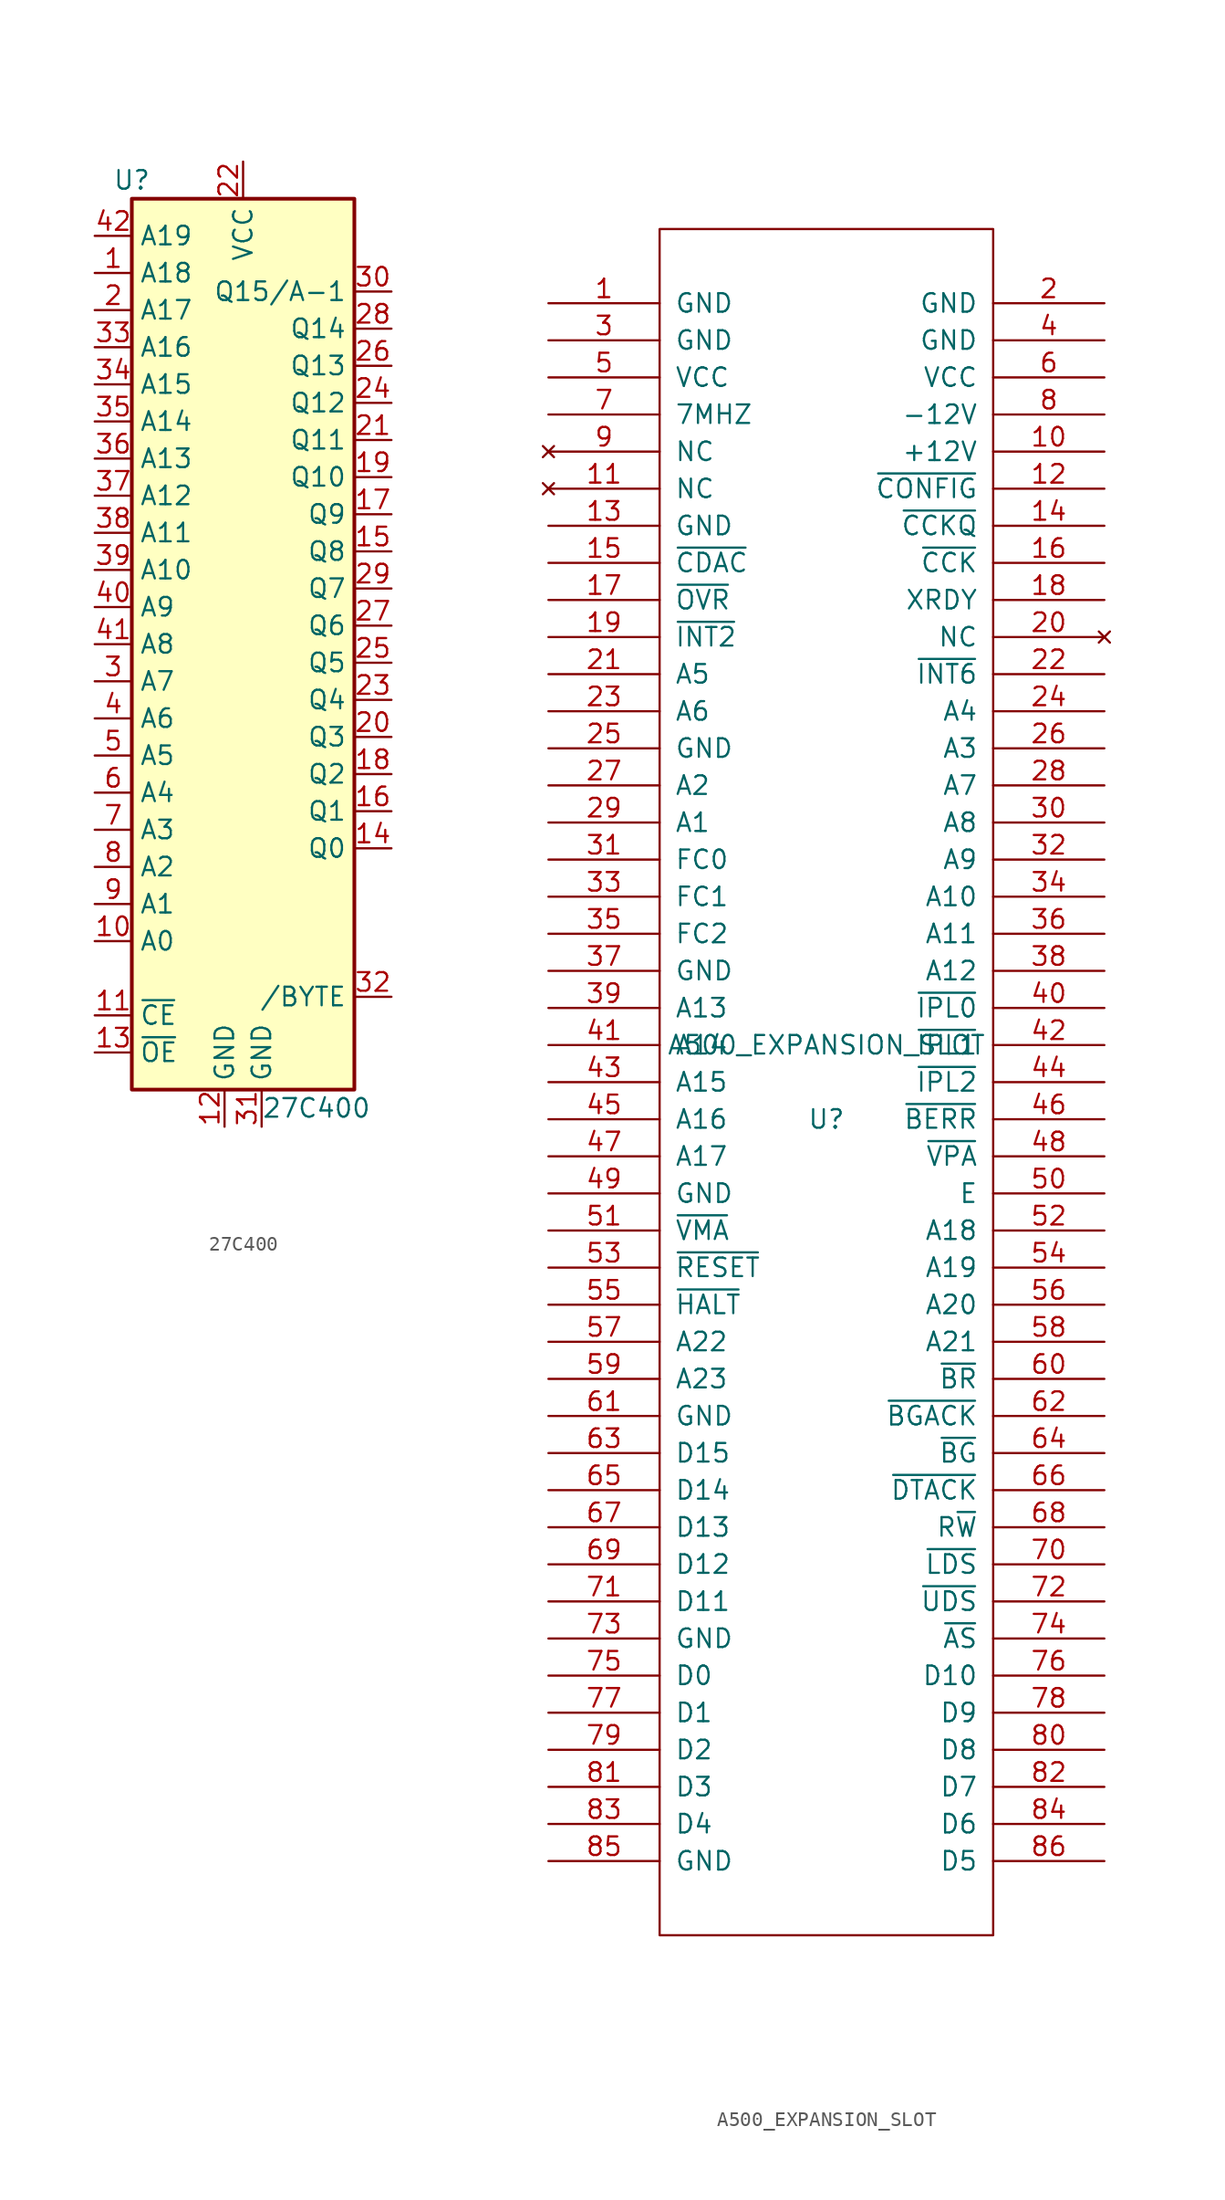
<source format=kicad_sym>
(kicad_symbol_lib
  (version 20241209)
  (generator "kicad_symbol_editor")
  (generator_version "9.0")
  (symbol "27C400"
    (property "Reference" "U"
      (at -7.62 31.75 0)
      (effects (font (size 1.27 1.27))))
    (property "Value" "27C400"
      (at 1.27 -31.75 0)
      (effects (font (size 1.27 1.27)) (justify left)))
    (symbol "27C400_1_1"
      (rectangle (start -7.62 30.48) (end 7.62 -30.48) (stroke (width 0.254) (type default)) (fill (type background)))
      (pin input line (at -10.16 27.94 0) (length 2.54) (name "A19" (effects (font (size 1.27 1.27)))) (number "42" (effects (font (size 1.27 1.27)))))
      (pin input line (at -10.16 25.4 0) (length 2.54) (name "A18" (effects (font (size 1.27 1.27)))) (number "1" (effects (font (size 1.27 1.27)))))
      (pin input line (at -10.16 22.86 0) (length 2.54) (name "A17" (effects (font (size 1.27 1.27)))) (number "2" (effects (font (size 1.27 1.27)))))
      (pin input line (at -10.16 20.32 0) (length 2.54) (name "A16" (effects (font (size 1.27 1.27)))) (number "33" (effects (font (size 1.27 1.27)))))
      (pin input line (at -10.16 17.78 0) (length 2.54) (name "A15" (effects (font (size 1.27 1.27)))) (number "34" (effects (font (size 1.27 1.27)))))
      (pin input line (at -10.16 15.24 0) (length 2.54) (name "A14" (effects (font (size 1.27 1.27)))) (number "35" (effects (font (size 1.27 1.27)))))
      (pin input line (at -10.16 12.7 0) (length 2.54) (name "A13" (effects (font (size 1.27 1.27)))) (number "36" (effects (font (size 1.27 1.27)))))
      (pin input line (at -10.16 10.16 0) (length 2.54) (name "A12" (effects (font (size 1.27 1.27)))) (number "37" (effects (font (size 1.27 1.27)))))
      (pin input line (at -10.16 7.62 0) (length 2.54) (name "A11" (effects (font (size 1.27 1.27)))) (number "38" (effects (font (size 1.27 1.27)))))
      (pin input line (at -10.16 5.08 0) (length 2.54) (name "A10" (effects (font (size 1.27 1.27)))) (number "39" (effects (font (size 1.27 1.27)))))
      (pin input line (at -10.16 2.54 0) (length 2.54) (name "A9" (effects (font (size 1.27 1.27)))) (number "40" (effects (font (size 1.27 1.27)))))
      (pin input line (at -10.16 0 0) (length 2.54) (name "A8" (effects (font (size 1.27 1.27)))) (number "41" (effects (font (size 1.27 1.27)))))
      (pin input line (at -10.16 -2.54 0) (length 2.54) (name "A7" (effects (font (size 1.27 1.27)))) (number "3" (effects (font (size 1.27 1.27)))))
      (pin input line (at -10.16 -5.08 0) (length 2.54) (name "A6" (effects (font (size 1.27 1.27)))) (number "4" (effects (font (size 1.27 1.27)))))
      (pin input line (at -10.16 -7.62 0) (length 2.54) (name "A5" (effects (font (size 1.27 1.27)))) (number "5" (effects (font (size 1.27 1.27)))))
      (pin input line (at -10.16 -10.16 0) (length 2.54) (name "A4" (effects (font (size 1.27 1.27)))) (number "6" (effects (font (size 1.27 1.27)))))
      (pin input line (at -10.16 -12.7 0) (length 2.54) (name "A3" (effects (font (size 1.27 1.27)))) (number "7" (effects (font (size 1.27 1.27)))))
      (pin input line (at -10.16 -15.24 0) (length 2.54) (name "A2" (effects (font (size 1.27 1.27)))) (number "8" (effects (font (size 1.27 1.27)))))
      (pin input line (at -10.16 -17.78 0) (length 2.54) (name "A1" (effects (font (size 1.27 1.27)))) (number "9" (effects (font (size 1.27 1.27)))))
      (pin input line (at -10.16 -20.32 0) (length 2.54) (name "A0" (effects (font (size 1.27 1.27)))) (number "10" (effects (font (size 1.27 1.27)))))
      (pin input line (at -10.16 -25.4 0) (length 2.54) (name "~{CE}" (effects (font (size 1.27 1.27)))) (number "11" (effects (font (size 1.27 1.27)))))
      (pin input line (at -10.16 -27.94 0) (length 2.54) (name "~{OE}" (effects (font (size 1.27 1.27)))) (number "13" (effects (font (size 1.27 1.27)))))
      (pin power_in line (at -1.27 -33.02 90) (length 2.54) (name "GND" (effects (font (size 1.27 1.27)))) (number "12" (effects (font (size 1.27 1.27)))))
      (pin power_in line (at 0 33.02 270) (length 2.54) (name "VCC" (effects (font (size 1.27 1.27)))) (number "22" (effects (font (size 1.27 1.27)))))
      (pin power_in line (at 1.27 -33.02 90) (length 2.54) (name "GND" (effects (font (size 1.27 1.27)))) (number "31" (effects (font (size 1.27 1.27)))))
      (pin input line (at 10.16 24.13 180) (length 2.54) (name "Q15/A-1" (effects (font (size 1.27 1.27)))) (number "30" (effects (font (size 1.27 1.27)))))
      (pin input line (at 10.16 21.59 180) (length 2.54) (name "Q14" (effects (font (size 1.27 1.27)))) (number "28" (effects (font (size 1.27 1.27)))))
      (pin input line (at 10.16 19.05 180) (length 2.54) (name "Q13" (effects (font (size 1.27 1.27)))) (number "26" (effects (font (size 1.27 1.27)))))
      (pin input line (at 10.16 16.51 180) (length 2.54) (name "Q12" (effects (font (size 1.27 1.27)))) (number "24" (effects (font (size 1.27 1.27)))))
      (pin input line (at 10.16 13.97 180) (length 2.54) (name "Q11" (effects (font (size 1.27 1.27)))) (number "21" (effects (font (size 1.27 1.27)))))
      (pin input line (at 10.16 11.43 180) (length 2.54) (name "Q10" (effects (font (size 1.27 1.27)))) (number "19" (effects (font (size 1.27 1.27)))))
      (pin input line (at 10.16 8.89 180) (length 2.54) (name "Q9" (effects (font (size 1.27 1.27)))) (number "17" (effects (font (size 1.27 1.27)))))
      (pin input line (at 10.16 6.35 180) (length 2.54) (name "Q8" (effects (font (size 1.27 1.27)))) (number "15" (effects (font (size 1.27 1.27)))))
      (pin input line (at 10.16 3.81 180) (length 2.54) (name "Q7" (effects (font (size 1.27 1.27)))) (number "29" (effects (font (size 1.27 1.27)))))
      (pin input line (at 10.16 1.27 180) (length 2.54) (name "Q6" (effects (font (size 1.27 1.27)))) (number "27" (effects (font (size 1.27 1.27)))))
      (pin input line (at 10.16 -1.27 180) (length 2.54) (name "Q5" (effects (font (size 1.27 1.27)))) (number "25" (effects (font (size 1.27 1.27)))))
      (pin input line (at 10.16 -3.81 180) (length 2.54) (name "Q4" (effects (font (size 1.27 1.27)))) (number "23" (effects (font (size 1.27 1.27)))))
      (pin input line (at 10.16 -6.35 180) (length 2.54) (name "Q3" (effects (font (size 1.27 1.27)))) (number "20" (effects (font (size 1.27 1.27)))))
      (pin input line (at 10.16 -8.89 180) (length 2.54) (name "Q2" (effects (font (size 1.27 1.27)))) (number "18" (effects (font (size 1.27 1.27)))))
      (pin input line (at 10.16 -11.43 180) (length 2.54) (name "Q1" (effects (font (size 1.27 1.27)))) (number "16" (effects (font (size 1.27 1.27)))))
      (pin input line (at 10.16 -13.97 180) (length 2.54) (name "Q0" (effects (font (size 1.27 1.27)))) (number "14" (effects (font (size 1.27 1.27)))))
      (pin input line (at 10.16 -24.13 180) (length 2.54) (name "/BYTE" (effects (font (size 1.27 1.27)))) (number "32" (effects (font (size 1.27 1.27)))))))
  (symbol "A500_EXPANSION_SLOT"
    (pin_names
      (offset 1.016))
    (property "Reference" "U"
      (at 0 -2.54 0)
      (effects (font (size 1.27 1.27))))
    (property "Value" "A500_EXPANSION_SLOT"
      (at 0 2.54 0)
      (effects (font (size 1.27 1.27))))
    (symbol "A500_EXPANSION_SLOT_1_0"
      (rectangle (start -11.43 -58.42) (end 11.43 58.42) (stroke (width 0) (type solid)) (fill (type none))))
    (symbol "A500_EXPANSION_SLOT_1_1"
      (pin power_in line (at -19.05 53.34 0) (length 7.62) (name "GND" (effects (font (size 1.27 1.27)))) (number "1" (effects (font (size 1.27 1.27)))))
      (pin power_in line (at -19.05 50.8 0) (length 7.62) (name "GND" (effects (font (size 1.27 1.27)))) (number "3" (effects (font (size 1.27 1.27)))))
      (pin power_in line (at -19.05 48.26 0) (length 7.62) (name "VCC" (effects (font (size 1.27 1.27)))) (number "5" (effects (font (size 1.27 1.27)))))
      (pin input line (at -19.05 45.72 0) (length 7.62) (name "7MHZ" (effects (font (size 1.27 1.27)))) (number "7" (effects (font (size 1.27 1.27)))))
      (pin no_connect line (at -19.05 43.18 0) (length 7.62) (name "NC" (effects (font (size 1.27 1.27)))) (number "9" (effects (font (size 1.27 1.27)))))
      (pin no_connect line (at -19.05 40.64 0) (length 7.62) (name "NC" (effects (font (size 1.27 1.27)))) (number "11" (effects (font (size 1.27 1.27)))))
      (pin power_in line (at -19.05 38.1 0) (length 7.62) (name "GND" (effects (font (size 1.27 1.27)))) (number "13" (effects (font (size 1.27 1.27)))))
      (pin input line (at -19.05 35.56 0) (length 7.62) (name "~{CDAC}" (effects (font (size 1.27 1.27)))) (number "15" (effects (font (size 1.27 1.27)))))
      (pin output line (at -19.05 33.02 0) (length 7.62) (name "~{OVR}" (effects (font (size 1.27 1.27)))) (number "17" (effects (font (size 1.27 1.27)))))
      (pin open_collector line (at -19.05 30.48 0) (length 7.62) (name "~{INT2}" (effects (font (size 1.27 1.27)))) (number "19" (effects (font (size 1.27 1.27)))))
      (pin input line (at -19.05 27.94 0) (length 7.62) (name "A5" (effects (font (size 1.27 1.27)))) (number "21" (effects (font (size 1.27 1.27)))))
      (pin input line (at -19.05 25.4 0) (length 7.62) (name "A6" (effects (font (size 1.27 1.27)))) (number "23" (effects (font (size 1.27 1.27)))))
      (pin power_in line (at -19.05 22.86 0) (length 7.62) (name "GND" (effects (font (size 1.27 1.27)))) (number "25" (effects (font (size 1.27 1.27)))))
      (pin input line (at -19.05 20.32 0) (length 7.62) (name "A2" (effects (font (size 1.27 1.27)))) (number "27" (effects (font (size 1.27 1.27)))))
      (pin input line (at -19.05 17.78 0) (length 7.62) (name "A1" (effects (font (size 1.27 1.27)))) (number "29" (effects (font (size 1.27 1.27)))))
      (pin input line (at -19.05 15.24 0) (length 7.62) (name "FC0" (effects (font (size 1.27 1.27)))) (number "31" (effects (font (size 1.27 1.27)))))
      (pin input line (at -19.05 12.7 0) (length 7.62) (name "FC1" (effects (font (size 1.27 1.27)))) (number "33" (effects (font (size 1.27 1.27)))))
      (pin input line (at -19.05 10.16 0) (length 7.62) (name "FC2" (effects (font (size 1.27 1.27)))) (number "35" (effects (font (size 1.27 1.27)))))
      (pin power_in line (at -19.05 7.62 0) (length 7.62) (name "GND" (effects (font (size 1.27 1.27)))) (number "37" (effects (font (size 1.27 1.27)))))
      (pin input line (at -19.05 5.08 0) (length 7.62) (name "A13" (effects (font (size 1.27 1.27)))) (number "39" (effects (font (size 1.27 1.27)))))
      (pin input line (at -19.05 2.54 0) (length 7.62) (name "A14" (effects (font (size 1.27 1.27)))) (number "41" (effects (font (size 1.27 1.27)))))
      (pin input line (at -19.05 0 0) (length 7.62) (name "A15" (effects (font (size 1.27 1.27)))) (number "43" (effects (font (size 1.27 1.27)))))
      (pin input line (at -19.05 -2.54 0) (length 7.62) (name "A16" (effects (font (size 1.27 1.27)))) (number "45" (effects (font (size 1.27 1.27)))))
      (pin input line (at -19.05 -5.08 0) (length 7.62) (name "A17" (effects (font (size 1.27 1.27)))) (number "47" (effects (font (size 1.27 1.27)))))
      (pin power_in line (at -19.05 -7.62 0) (length 7.62) (name "GND" (effects (font (size 1.27 1.27)))) (number "49" (effects (font (size 1.27 1.27)))))
      (pin input line (at -19.05 -10.16 0) (length 7.62) (name "~{VMA}" (effects (font (size 1.27 1.27)))) (number "51" (effects (font (size 1.27 1.27)))))
      (pin bidirectional line (at -19.05 -12.7 0) (length 7.62) (name "~{RESET}" (effects (font (size 1.27 1.27)))) (number "53" (effects (font (size 1.27 1.27)))))
      (pin bidirectional line (at -19.05 -15.24 0) (length 7.62) (name "~{HALT}" (effects (font (size 1.27 1.27)))) (number "55" (effects (font (size 1.27 1.27)))))
      (pin input line (at -19.05 -17.78 0) (length 7.62) (name "A22" (effects (font (size 1.27 1.27)))) (number "57" (effects (font (size 1.27 1.27)))))
      (pin input line (at -19.05 -20.32 0) (length 7.62) (name "A23" (effects (font (size 1.27 1.27)))) (number "59" (effects (font (size 1.27 1.27)))))
      (pin power_in line (at -19.05 -22.86 0) (length 7.62) (name "GND" (effects (font (size 1.27 1.27)))) (number "61" (effects (font (size 1.27 1.27)))))
      (pin bidirectional line (at -19.05 -25.4 0) (length 7.62) (name "D15" (effects (font (size 1.27 1.27)))) (number "63" (effects (font (size 1.27 1.27)))))
      (pin bidirectional line (at -19.05 -27.94 0) (length 7.62) (name "D14" (effects (font (size 1.27 1.27)))) (number "65" (effects (font (size 1.27 1.27)))))
      (pin bidirectional line (at -19.05 -30.48 0) (length 7.62) (name "D13" (effects (font (size 1.27 1.27)))) (number "67" (effects (font (size 1.27 1.27)))))
      (pin bidirectional line (at -19.05 -33.02 0) (length 7.62) (name "D12" (effects (font (size 1.27 1.27)))) (number "69" (effects (font (size 1.27 1.27)))))
      (pin bidirectional line (at -19.05 -35.56 0) (length 7.62) (name "D11" (effects (font (size 1.27 1.27)))) (number "71" (effects (font (size 1.27 1.27)))))
      (pin power_in line (at -19.05 -38.1 0) (length 7.62) (name "GND" (effects (font (size 1.27 1.27)))) (number "73" (effects (font (size 1.27 1.27)))))
      (pin bidirectional line (at -19.05 -40.64 0) (length 7.62) (name "D0" (effects (font (size 1.27 1.27)))) (number "75" (effects (font (size 1.27 1.27)))))
      (pin bidirectional line (at -19.05 -43.18 0) (length 7.62) (name "D1" (effects (font (size 1.27 1.27)))) (number "77" (effects (font (size 1.27 1.27)))))
      (pin bidirectional line (at -19.05 -45.72 0) (length 7.62) (name "D2" (effects (font (size 1.27 1.27)))) (number "79" (effects (font (size 1.27 1.27)))))
      (pin bidirectional line (at -19.05 -48.26 0) (length 7.62) (name "D3" (effects (font (size 1.27 1.27)))) (number "81" (effects (font (size 1.27 1.27)))))
      (pin bidirectional line (at -19.05 -50.8 0) (length 7.62) (name "D4" (effects (font (size 1.27 1.27)))) (number "83" (effects (font (size 1.27 1.27)))))
      (pin input line (at -19.05 -53.34 0) (length 7.62) (name "GND" (effects (font (size 1.27 1.27)))) (number "85" (effects (font (size 1.27 1.27)))))
      (pin power_in line (at 19.05 53.34 180) (length 7.62) (name "GND" (effects (font (size 1.27 1.27)))) (number "2" (effects (font (size 1.27 1.27)))))
      (pin power_in line (at 19.05 50.8 180) (length 7.62) (name "GND" (effects (font (size 1.27 1.27)))) (number "4" (effects (font (size 1.27 1.27)))))
      (pin power_in line (at 19.05 48.26 180) (length 7.62) (name "VCC" (effects (font (size 1.27 1.27)))) (number "6" (effects (font (size 1.27 1.27)))))
      (pin power_in line (at 19.05 45.72 180) (length 7.62) (name "-12V" (effects (font (size 1.27 1.27)))) (number "8" (effects (font (size 1.27 1.27)))))
      (pin power_in line (at 19.05 43.18 180) (length 7.62) (name "+12V" (effects (font (size 1.27 1.27)))) (number "10" (effects (font (size 1.27 1.27)))))
      (pin input line (at 19.05 40.64 180) (length 7.62) (name "~{CONFIG}" (effects (font (size 1.27 1.27)))) (number "12" (effects (font (size 1.27 1.27)))))
      (pin input line (at 19.05 38.1 180) (length 7.62) (name "~{CCKQ}" (effects (font (size 1.27 1.27)))) (number "14" (effects (font (size 1.27 1.27)))))
      (pin input line (at 19.05 35.56 180) (length 7.62) (name "~{CCK}" (effects (font (size 1.27 1.27)))) (number "16" (effects (font (size 1.27 1.27)))))
      (pin output line (at 19.05 33.02 180) (length 7.62) (name "XRDY" (effects (font (size 1.27 1.27)))) (number "18" (effects (font (size 1.27 1.27)))))
      (pin no_connect line (at 19.05 30.48 180) (length 7.62) (name "NC" (effects (font (size 1.27 1.27)))) (number "20" (effects (font (size 1.27 1.27)))))
      (pin open_collector line (at 19.05 27.94 180) (length 7.62) (name "~{INT6}" (effects (font (size 1.27 1.27)))) (number "22" (effects (font (size 1.27 1.27)))))
      (pin input line (at 19.05 25.4 180) (length 7.62) (name "A4" (effects (font (size 1.27 1.27)))) (number "24" (effects (font (size 1.27 1.27)))))
      (pin input line (at 19.05 22.86 180) (length 7.62) (name "A3" (effects (font (size 1.27 1.27)))) (number "26" (effects (font (size 1.27 1.27)))))
      (pin input line (at 19.05 20.32 180) (length 7.62) (name "A7" (effects (font (size 1.27 1.27)))) (number "28" (effects (font (size 1.27 1.27)))))
      (pin input line (at 19.05 17.78 180) (length 7.62) (name "A8" (effects (font (size 1.27 1.27)))) (number "30" (effects (font (size 1.27 1.27)))))
      (pin input line (at 19.05 15.24 180) (length 7.62) (name "A9" (effects (font (size 1.27 1.27)))) (number "32" (effects (font (size 1.27 1.27)))))
      (pin input line (at 19.05 12.7 180) (length 7.62) (name "A10" (effects (font (size 1.27 1.27)))) (number "34" (effects (font (size 1.27 1.27)))))
      (pin input line (at 19.05 10.16 180) (length 7.62) (name "A11" (effects (font (size 1.27 1.27)))) (number "36" (effects (font (size 1.27 1.27)))))
      (pin input line (at 19.05 7.62 180) (length 7.62) (name "A12" (effects (font (size 1.27 1.27)))) (number "38" (effects (font (size 1.27 1.27)))))
      (pin input line (at 19.05 5.08 180) (length 7.62) (name "~{IPL0}" (effects (font (size 1.27 1.27)))) (number "40" (effects (font (size 1.27 1.27)))))
      (pin input line (at 19.05 2.54 180) (length 7.62) (name "~{IPL1}" (effects (font (size 1.27 1.27)))) (number "42" (effects (font (size 1.27 1.27)))))
      (pin input line (at 19.05 0 180) (length 7.62) (name "~{IPL2}" (effects (font (size 1.27 1.27)))) (number "44" (effects (font (size 1.27 1.27)))))
      (pin bidirectional line (at 19.05 -2.54 180) (length 7.62) (name "~{BERR}" (effects (font (size 1.27 1.27)))) (number "46" (effects (font (size 1.27 1.27)))))
      (pin output line (at 19.05 -5.08 180) (length 7.62) (name "~{VPA}" (effects (font (size 1.27 1.27)))) (number "48" (effects (font (size 1.27 1.27)))))
      (pin input line (at 19.05 -7.62 180) (length 7.62) (name "E" (effects (font (size 1.27 1.27)))) (number "50" (effects (font (size 1.27 1.27)))))
      (pin input line (at 19.05 -10.16 180) (length 7.62) (name "A18" (effects (font (size 1.27 1.27)))) (number "52" (effects (font (size 1.27 1.27)))))
      (pin input line (at 19.05 -12.7 180) (length 7.62) (name "A19" (effects (font (size 1.27 1.27)))) (number "54" (effects (font (size 1.27 1.27)))))
      (pin input line (at 19.05 -15.24 180) (length 7.62) (name "A20" (effects (font (size 1.27 1.27)))) (number "56" (effects (font (size 1.27 1.27)))))
      (pin input line (at 19.05 -17.78 180) (length 7.62) (name "A21" (effects (font (size 1.27 1.27)))) (number "58" (effects (font (size 1.27 1.27)))))
      (pin output line (at 19.05 -20.32 180) (length 7.62) (name "~{BR}" (effects (font (size 1.27 1.27)))) (number "60" (effects (font (size 1.27 1.27)))))
      (pin output line (at 19.05 -22.86 180) (length 7.62) (name "~{BGACK}" (effects (font (size 1.27 1.27)))) (number "62" (effects (font (size 1.27 1.27)))))
      (pin input line (at 19.05 -25.4 180) (length 7.62) (name "~{BG}" (effects (font (size 1.27 1.27)))) (number "64" (effects (font (size 1.27 1.27)))))
      (pin input line (at 19.05 -27.94 180) (length 7.62) (name "~{DTACK}" (effects (font (size 1.27 1.27)))) (number "66" (effects (font (size 1.27 1.27)))))
      (pin input line (at 19.05 -30.48 180) (length 7.62) (name "R~{W}" (effects (font (size 1.27 1.27)))) (number "68" (effects (font (size 1.27 1.27)))))
      (pin input line (at 19.05 -33.02 180) (length 7.62) (name "~{LDS}" (effects (font (size 1.27 1.27)))) (number "70" (effects (font (size 1.27 1.27)))))
      (pin input line (at 19.05 -35.56 180) (length 7.62) (name "~{UDS}" (effects (font (size 1.27 1.27)))) (number "72" (effects (font (size 1.27 1.27)))))
      (pin input line (at 19.05 -38.1 180) (length 7.62) (name "~{AS}" (effects (font (size 1.27 1.27)))) (number "74" (effects (font (size 1.27 1.27)))))
      (pin bidirectional line (at 19.05 -40.64 180) (length 7.62) (name "D10" (effects (font (size 1.27 1.27)))) (number "76" (effects (font (size 1.27 1.27)))))
      (pin bidirectional line (at 19.05 -43.18 180) (length 7.62) (name "D9" (effects (font (size 1.27 1.27)))) (number "78" (effects (font (size 1.27 1.27)))))
      (pin bidirectional line (at 19.05 -45.72 180) (length 7.62) (name "D8" (effects (font (size 1.27 1.27)))) (number "80" (effects (font (size 1.27 1.27)))))
      (pin bidirectional line (at 19.05 -48.26 180) (length 7.62) (name "D7" (effects (font (size 1.27 1.27)))) (number "82" (effects (font (size 1.27 1.27)))))
      (pin bidirectional line (at 19.05 -50.8 180) (length 7.62) (name "D6" (effects (font (size 1.27 1.27)))) (number "84" (effects (font (size 1.27 1.27)))))
      (pin bidirectional line (at 19.05 -53.34 180) (length 7.62) (name "D5" (effects (font (size 1.27 1.27)))) (number "86" (effects (font (size 1.27 1.27))))))))
</source>
